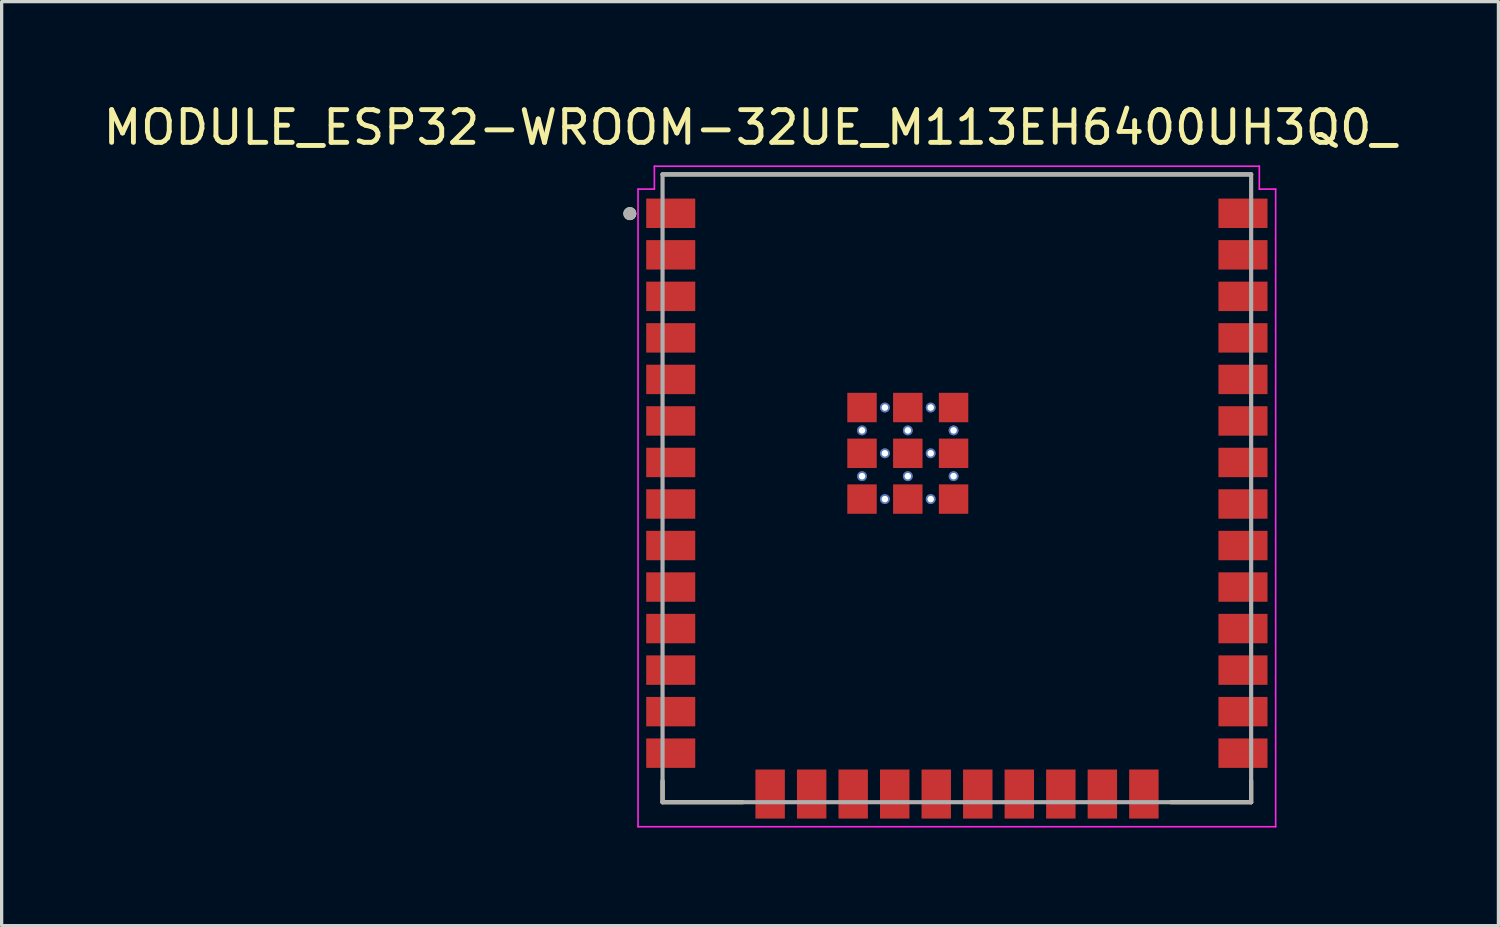
<source format=kicad_pcb>
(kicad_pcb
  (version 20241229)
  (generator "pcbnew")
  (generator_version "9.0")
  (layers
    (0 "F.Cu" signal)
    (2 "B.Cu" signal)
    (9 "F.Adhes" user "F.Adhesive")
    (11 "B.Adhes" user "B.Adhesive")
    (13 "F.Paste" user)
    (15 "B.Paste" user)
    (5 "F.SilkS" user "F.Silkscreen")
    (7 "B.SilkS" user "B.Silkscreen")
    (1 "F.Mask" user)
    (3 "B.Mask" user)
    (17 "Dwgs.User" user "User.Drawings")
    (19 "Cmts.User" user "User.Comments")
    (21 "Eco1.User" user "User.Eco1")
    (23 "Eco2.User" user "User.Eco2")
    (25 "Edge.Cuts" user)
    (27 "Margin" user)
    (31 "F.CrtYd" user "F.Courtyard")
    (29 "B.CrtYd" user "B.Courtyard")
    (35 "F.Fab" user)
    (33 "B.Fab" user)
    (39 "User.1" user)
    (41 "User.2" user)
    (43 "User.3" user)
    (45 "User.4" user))
  (footprint "MODULE_ESP32-WROOM-32UE_M113EH6400UH3Q0_"
    (layer "F.Cu")
    (at 26.212 11.883)
    (property "Reference" "MODULE_ESP32-WROOM-32UE_M113EH6400UH3Q0_" (at -6.325 -11.035 0) (layer "F.SilkS") (effects (font (size 1 1) (thickness 0.15))))
    (attr smd)
    (fp_line (start -9 -9.6) (end 9 -9.6) (stroke (width 0.127) (type solid)) (layer "F.SilkS"))
    (fp_line (start -9 8.95) (end -9 9.6) (stroke (width 0.127) (type solid)) (layer "F.SilkS"))
    (fp_line (start -9 9.6) (end -6.55 9.6) (stroke (width 0.127) (type solid)) (layer "F.SilkS"))
    (fp_line (start 6.55 9.6) (end 9 9.6) (stroke (width 0.127) (type solid)) (layer "F.SilkS"))
    (fp_line (start 9 9.6) (end 9 8.95) (stroke (width 0.127) (type solid)) (layer "F.SilkS"))
    (fp_circle (center -10 -8.4) (end -9.9 -8.4) (stroke (width 0.2) (type solid)) (fill no) (layer "F.SilkS"))
    (fp_line (start -9.75 -9.15) (end -9.25 -9.15) (stroke (width 0.05) (type solid)) (layer "F.CrtYd"))
    (fp_line (start -9.75 10.35) (end -9.75 -9.15) (stroke (width 0.05) (type solid)) (layer "F.CrtYd"))
    (fp_line (start -9.25 -9.85) (end 9.25 -9.85) (stroke (width 0.05) (type solid)) (layer "F.CrtYd"))
    (fp_line (start -9.25 -9.15) (end -9.25 -9.85) (stroke (width 0.05) (type solid)) (layer "F.CrtYd"))
    (fp_line (start 9.25 -9.85) (end 9.25 -9.15) (stroke (width 0.05) (type solid)) (layer "F.CrtYd"))
    (fp_line (start 9.25 -9.15) (end 9.75 -9.15) (stroke (width 0.05) (type solid)) (layer "F.CrtYd"))
    (fp_line (start 9.75 -9.15) (end 9.75 10.35) (stroke (width 0.05) (type solid)) (layer "F.CrtYd"))
    (fp_line (start 9.75 10.35) (end -9.75 10.35) (stroke (width 0.05) (type solid)) (layer "F.CrtYd"))
    (fp_line (start -9 -9.6) (end 9 -9.6) (stroke (width 0.127) (type solid)) (layer "F.Fab"))
    (fp_line (start -9 9.6) (end -9 -9.6) (stroke (width 0.127) (type solid)) (layer "F.Fab"))
    (fp_line (start 9 -9.6) (end 9 9.6) (stroke (width 0.127) (type solid)) (layer "F.Fab"))
    (fp_line (start 9 9.6) (end -9 9.6) (stroke (width 0.127) (type solid)) (layer "F.Fab"))
    (fp_circle (center -10 -8.4) (end -9.9 -8.4) (stroke (width 0.2) (type solid)) (fill no) (layer "F.Fab"))
    (pad "1" smd rect (at -8.75 -8.41) (size 1.5 0.9) (layers "F.Cu" "F.Mask" "F.Paste"))
    (pad "2" smd rect (at -8.75 -7.14) (size 1.5 0.9) (layers "F.Cu" "F.Mask" "F.Paste"))
    (pad "3" smd rect (at -8.75 -5.87) (size 1.5 0.9) (layers "F.Cu" "F.Mask" "F.Paste"))
    (pad "4" smd rect (at -8.75 -4.6) (size 1.5 0.9) (layers "F.Cu" "F.Mask" "F.Paste"))
    (pad "5" smd rect (at -8.75 -3.33) (size 1.5 0.9) (layers "F.Cu" "F.Mask" "F.Paste"))
    (pad "6" smd rect (at -8.75 -2.06) (size 1.5 0.9) (layers "F.Cu" "F.Mask" "F.Paste"))
    (pad "7" smd rect (at -8.75 -0.79) (size 1.5 0.9) (layers "F.Cu" "F.Mask" "F.Paste"))
    (pad "8" smd rect (at -8.75 0.48) (size 1.5 0.9) (layers "F.Cu" "F.Mask" "F.Paste"))
    (pad "9" smd rect (at -8.75 1.75) (size 1.5 0.9) (layers "F.Cu" "F.Mask" "F.Paste"))
    (pad "10" smd rect (at -8.75 3.02) (size 1.5 0.9) (layers "F.Cu" "F.Mask" "F.Paste"))
    (pad "11" smd rect (at -8.75 4.29) (size 1.5 0.9) (layers "F.Cu" "F.Mask" "F.Paste"))
    (pad "12" smd rect (at -8.75 5.56) (size 1.5 0.9) (layers "F.Cu" "F.Mask" "F.Paste"))
    (pad "13" smd rect (at -8.75 6.83) (size 1.5 0.9) (layers "F.Cu" "F.Mask" "F.Paste"))
    (pad "14" smd rect (at -8.75 8.1) (size 1.5 0.9) (layers "F.Cu" "F.Mask" "F.Paste"))
    (pad "15" smd rect (at -5.71 9.35) (size 0.9 1.5) (layers "F.Cu" "F.Mask" "F.Paste"))
    (pad "16" smd rect (at -4.44 9.35) (size 0.9 1.5) (layers "F.Cu" "F.Mask" "F.Paste"))
    (pad "17" smd rect (at -3.17 9.35) (size 0.9 1.5) (layers "F.Cu" "F.Mask" "F.Paste"))
    (pad "18" smd rect (at -1.9 9.35) (size 0.9 1.5) (layers "F.Cu" "F.Mask" "F.Paste"))
    (pad "19" smd rect (at -0.63 9.35) (size 0.9 1.5) (layers "F.Cu" "F.Mask" "F.Paste"))
    (pad "20" smd rect (at 0.64 9.35) (size 0.9 1.5) (layers "F.Cu" "F.Mask" "F.Paste"))
    (pad "21" smd rect (at 1.91 9.35) (size 0.9 1.5) (layers "F.Cu" "F.Mask" "F.Paste"))
    (pad "22" smd rect (at 3.18 9.35) (size 0.9 1.5) (layers "F.Cu" "F.Mask" "F.Paste"))
    (pad "23" smd rect (at 4.45 9.35) (size 0.9 1.5) (layers "F.Cu" "F.Mask" "F.Paste"))
    (pad "24" smd rect (at 5.72 9.35) (size 0.9 1.5) (layers "F.Cu" "F.Mask" "F.Paste"))
    (pad "25" smd rect (at 8.75 8.1) (size 1.5 0.9) (layers "F.Cu" "F.Mask" "F.Paste"))
    (pad "26" smd rect (at 8.75 6.83) (size 1.5 0.9) (layers "F.Cu" "F.Mask" "F.Paste"))
    (pad "27" smd rect (at 8.75 5.56) (size 1.5 0.9) (layers "F.Cu" "F.Mask" "F.Paste"))
    (pad "28" smd rect (at 8.75 4.29) (size 1.5 0.9) (layers "F.Cu" "F.Mask" "F.Paste"))
    (pad "29" smd rect (at 8.75 3.02) (size 1.5 0.9) (layers "F.Cu" "F.Mask" "F.Paste"))
    (pad "30" smd rect (at 8.75 1.75) (size 1.5 0.9) (layers "F.Cu" "F.Mask" "F.Paste"))
    (pad "31" smd rect (at 8.75 0.48) (size 1.5 0.9) (layers "F.Cu" "F.Mask" "F.Paste"))
    (pad "32" smd rect (at 8.75 -0.79) (size 1.5 0.9) (layers "F.Cu" "F.Mask" "F.Paste"))
    (pad "33" smd rect (at 8.75 -2.06) (size 1.5 0.9) (layers "F.Cu" "F.Mask" "F.Paste"))
    (pad "34" smd rect (at 8.75 -3.33) (size 1.5 0.9) (layers "F.Cu" "F.Mask" "F.Paste"))
    (pad "35" smd rect (at 8.75 -4.6) (size 1.5 0.9) (layers "F.Cu" "F.Mask" "F.Paste"))
    (pad "36" smd rect (at 8.75 -5.87) (size 1.5 0.9) (layers "F.Cu" "F.Mask" "F.Paste"))
    (pad "37" smd rect (at 8.75 -7.14) (size 1.5 0.9) (layers "F.Cu" "F.Mask" "F.Paste"))
    (pad "38" smd rect (at 8.75 -8.41) (size 1.5 0.9) (layers "F.Cu" "F.Mask" "F.Paste"))
    (pad "39_1" smd rect (at -2.9 -2.47) (size 0.9 0.9) (layers "F.Cu" "F.Mask" "F.Paste"))
    (pad "39_2" smd rect (at -1.5 -2.47) (size 0.9 0.9) (layers "F.Cu" "F.Mask" "F.Paste"))
    (pad "39_3" smd rect (at -0.1 -2.47) (size 0.9 0.9) (layers "F.Cu" "F.Mask" "F.Paste"))
    (pad "39_4" smd rect (at -2.9 -1.07) (size 0.9 0.9) (layers "F.Cu" "F.Mask" "F.Paste"))
    (pad "39_5" smd rect (at -1.5 -1.07) (size 0.9 0.9) (layers "F.Cu" "F.Mask" "F.Paste"))
    (pad "39_6" smd rect (at -0.1 -1.07) (size 0.9 0.9) (layers "F.Cu" "F.Mask" "F.Paste"))
    (pad "39_7" smd rect (at -2.9 0.33) (size 0.9 0.9) (layers "F.Cu" "F.Mask" "F.Paste"))
    (pad "39_8" smd rect (at -1.5 0.33) (size 0.9 0.9) (layers "F.Cu" "F.Mask" "F.Paste"))
    (pad "39_9" smd rect (at -0.1 0.33) (size 0.9 0.9) (layers "F.Cu" "F.Mask" "F.Paste"))
    (pad "39_10" thru_hole circle (at -2.2 -2.47) (size 0.3 0.3) (drill 0.2) (layers "*.Cu" "*.Mask"))
    (pad "39_11" thru_hole circle (at -0.8 -2.47) (size 0.3 0.3) (drill 0.2) (layers "*.Cu" "*.Mask"))
    (pad "39_12" thru_hole circle (at -2.9 -1.77) (size 0.3 0.3) (drill 0.2) (layers "*.Cu" "*.Mask"))
    (pad "39_13" thru_hole circle (at -1.5 -1.77) (size 0.3 0.3) (drill 0.2) (layers "*.Cu" "*.Mask"))
    (pad "39_14" thru_hole circle (at -0.1 -1.77) (size 0.3 0.3) (drill 0.2) (layers "*.Cu" "*.Mask"))
    (pad "39_15" thru_hole circle (at -2.2 -1.07) (size 0.3 0.3) (drill 0.2) (layers "*.Cu" "*.Mask"))
    (pad "39_16" thru_hole circle (at -0.8 -1.07) (size 0.3 0.3) (drill 0.2) (layers "*.Cu" "*.Mask"))
    (pad "39_17" thru_hole circle (at -2.9 -0.37) (size 0.3 0.3) (drill 0.2) (layers "*.Cu" "*.Mask"))
    (pad "39_18" thru_hole circle (at -1.5 -0.37) (size 0.3 0.3) (drill 0.2) (layers "*.Cu" "*.Mask"))
    (pad "39_19" thru_hole circle (at -0.1 -0.37) (size 0.3 0.3) (drill 0.2) (layers "*.Cu" "*.Mask"))
    (pad "39_20" thru_hole circle (at -2.2 0.33) (size 0.3 0.3) (drill 0.2) (layers "*.Cu" "*.Mask"))
    (pad "39_21" thru_hole circle (at -0.8 0.33) (size 0.3 0.3) (drill 0.2) (layers "*.Cu" "*.Mask")))
  (gr_rect
    (start -3 -3)
    (end 42.774 25.258)
    (stroke (width 0.1) (type default))
    (fill no)
    (layer "Edge.Cuts")))
</source>
